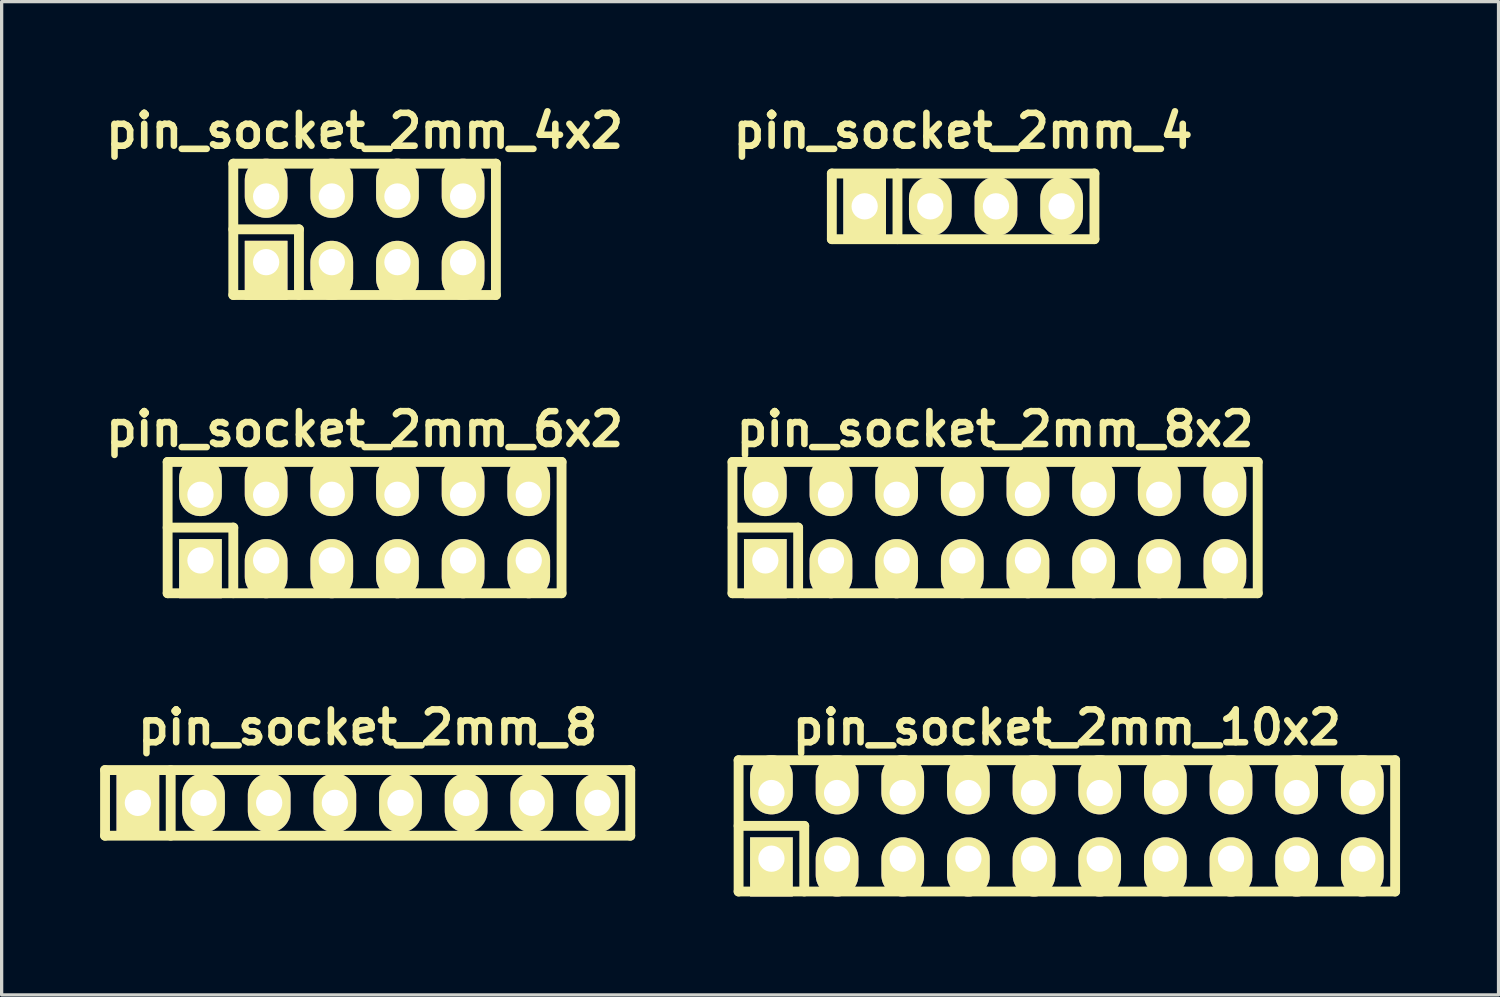
<source format=kicad_pcb>
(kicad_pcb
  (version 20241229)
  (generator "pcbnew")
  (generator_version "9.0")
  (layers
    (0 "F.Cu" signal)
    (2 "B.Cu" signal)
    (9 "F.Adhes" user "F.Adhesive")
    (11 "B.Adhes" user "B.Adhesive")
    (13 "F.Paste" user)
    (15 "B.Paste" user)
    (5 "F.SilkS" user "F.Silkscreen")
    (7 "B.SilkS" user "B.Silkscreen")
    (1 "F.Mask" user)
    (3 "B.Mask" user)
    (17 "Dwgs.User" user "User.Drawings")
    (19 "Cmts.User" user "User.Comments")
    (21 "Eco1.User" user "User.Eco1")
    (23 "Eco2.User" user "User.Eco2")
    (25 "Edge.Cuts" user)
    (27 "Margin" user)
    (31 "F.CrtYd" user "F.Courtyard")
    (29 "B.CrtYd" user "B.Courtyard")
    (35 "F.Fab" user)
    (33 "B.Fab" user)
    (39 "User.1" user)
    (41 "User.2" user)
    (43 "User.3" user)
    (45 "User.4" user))
  (footprint "pin_socket_2mm_4"
    (layer "F.Cu")
    (at 26.29 3.236)
    (property "Reference" "pin_socket_2mm_4" (at 0 -2.3 0) (layer "F.SilkS") (effects (font (size 1 1) (thickness 0.2))))
    (attr through_hole)
    (fp_line (start -4 -1) (end 4 -1) (stroke (width 0.3) (type solid)) (layer "F.SilkS"))
    (fp_line (start -4 1) (end -4 -1) (stroke (width 0.3) (type solid)) (layer "F.SilkS"))
    (fp_line (start -2 -1) (end -2 1) (stroke (width 0.3) (type solid)) (layer "F.SilkS"))
    (fp_line (start 4 -1) (end 4 1) (stroke (width 0.3) (type solid)) (layer "F.SilkS"))
    (fp_line (start 4 1) (end -4 1) (stroke (width 0.3) (type solid)) (layer "F.SilkS"))
    (pad "1" thru_hole rect (at -3 0) (size 1.3 1.8) (drill 0.8) (layers "*.Cu" "*.Mask" "F.SilkS"))
    (pad "2" thru_hole oval (at -1 0) (size 1.3 1.8) (drill 0.8) (layers "*.Cu" "*.Mask" "F.SilkS"))
    (pad "3" thru_hole oval (at 1 0) (size 1.3 1.8) (drill 0.8) (layers "*.Cu" "*.Mask" "F.SilkS"))
    (pad "4" thru_hole oval (at 3 0) (size 1.3 1.8) (drill 0.8) (layers "*.Cu" "*.Mask" "F.SilkS")))
  (footprint "pin_socket_2mm_6x2"
    (layer "F.Cu")
    (at 8.057 13.022)
    (property "Reference" "pin_socket_2mm_6x2" (at 0 -3 0) (layer "F.SilkS") (effects (font (size 1 1) (thickness 0.2))))
    (attr through_hole)
    (fp_line (start -6 -2) (end 6 -2) (stroke (width 0.3) (type solid)) (layer "F.SilkS"))
    (fp_line (start -6 0) (end -4 0) (stroke (width 0.3) (type solid)) (layer "F.SilkS"))
    (fp_line (start -6 2) (end -6 -2) (stroke (width 0.3) (type solid)) (layer "F.SilkS"))
    (fp_line (start -4 0) (end -4 2) (stroke (width 0.3) (type solid)) (layer "F.SilkS"))
    (fp_line (start 6 -2) (end 6 2) (stroke (width 0.3) (type solid)) (layer "F.SilkS"))
    (fp_line (start 6 2) (end -6 2) (stroke (width 0.3) (type solid)) (layer "F.SilkS"))
    (pad "1" thru_hole rect (at -5 1) (size 1.3 1.8) (drill 0.8 (offset 0 0.25)) (layers "*.Cu" "*.Mask" "F.SilkS"))
    (pad "2" thru_hole oval (at -5 -1) (size 1.3 1.8) (drill 0.8 (offset 0 -0.25)) (layers "*.Cu" "*.Mask" "F.SilkS"))
    (pad "3" thru_hole oval (at -3 1) (size 1.3 1.8) (drill 0.8 (offset 0 0.25)) (layers "*.Cu" "*.Mask" "F.SilkS"))
    (pad "4" thru_hole oval (at -3 -1) (size 1.3 1.8) (drill 0.8 (offset 0 -0.25)) (layers "*.Cu" "*.Mask" "F.SilkS"))
    (pad "5" thru_hole oval (at -1 1) (size 1.3 1.8) (drill 0.8 (offset 0 0.25)) (layers "*.Cu" "*.Mask" "F.SilkS"))
    (pad "6" thru_hole oval (at -1 -1) (size 1.3 1.8) (drill 0.8 (offset 0 -0.25)) (layers "*.Cu" "*.Mask" "F.SilkS"))
    (pad "7" thru_hole oval (at 1 1) (size 1.3 1.8) (drill 0.8 (offset 0 0.25)) (layers "*.Cu" "*.Mask" "F.SilkS"))
    (pad "8" thru_hole oval (at 1 -1) (size 1.3 1.8) (drill 0.8 (offset 0 -0.25)) (layers "*.Cu" "*.Mask" "F.SilkS"))
    (pad "9" thru_hole oval (at 3 1) (size 1.3 1.8) (drill 0.8 (offset 0 0.25)) (layers "*.Cu" "*.Mask" "F.SilkS"))
    (pad "10" thru_hole oval (at 3 -1) (size 1.3 1.8) (drill 0.8 (offset 0 -0.25)) (layers "*.Cu" "*.Mask" "F.SilkS"))
    (pad "11" thru_hole oval (at 5 1) (size 1.3 1.8) (drill 0.8 (offset 0 0.25)) (layers "*.Cu" "*.Mask" "F.SilkS"))
    (pad "12" thru_hole oval (at 5 -1) (size 1.3 1.8) (drill 0.8 (offset 0 -0.25)) (layers "*.Cu" "*.Mask" "F.SilkS")))
  (footprint "pin_socket_2mm_10x2"
    (layer "F.Cu")
    (at 29.45 22.108)
    (property "Reference" "pin_socket_2mm_10x2" (at 0 -3 0) (layer "F.SilkS") (effects (font (size 1 1) (thickness 0.2))))
    (attr through_hole)
    (fp_line (start -10 -2) (end 10 -2) (stroke (width 0.3) (type solid)) (layer "F.SilkS"))
    (fp_line (start -10 0) (end -8 0) (stroke (width 0.3) (type solid)) (layer "F.SilkS"))
    (fp_line (start -10 2) (end -10 -2) (stroke (width 0.3) (type solid)) (layer "F.SilkS"))
    (fp_line (start -8 0) (end -8 2) (stroke (width 0.3) (type solid)) (layer "F.SilkS"))
    (fp_line (start 10 -2) (end 10 2) (stroke (width 0.3) (type solid)) (layer "F.SilkS"))
    (fp_line (start 10 2) (end -10 2) (stroke (width 0.3) (type solid)) (layer "F.SilkS"))
    (pad "1" thru_hole rect (at -9 1) (size 1.3 1.8) (drill 0.8 (offset 0 0.25)) (layers "*.Cu" "*.Mask" "F.SilkS"))
    (pad "2" thru_hole oval (at -9 -1) (size 1.3 1.8) (drill 0.8 (offset 0 -0.25)) (layers "*.Cu" "*.Mask" "F.SilkS"))
    (pad "3" thru_hole oval (at -7 1) (size 1.3 1.8) (drill 0.8 (offset 0 0.25)) (layers "*.Cu" "*.Mask" "F.SilkS"))
    (pad "4" thru_hole oval (at -7 -1) (size 1.3 1.8) (drill 0.8 (offset 0 -0.25)) (layers "*.Cu" "*.Mask" "F.SilkS"))
    (pad "5" thru_hole oval (at -5 1) (size 1.3 1.8) (drill 0.8 (offset 0 0.25)) (layers "*.Cu" "*.Mask" "F.SilkS"))
    (pad "6" thru_hole oval (at -5 -1) (size 1.3 1.8) (drill 0.8 (offset 0 -0.25)) (layers "*.Cu" "*.Mask" "F.SilkS"))
    (pad "7" thru_hole oval (at -3 1) (size 1.3 1.8) (drill 0.8 (offset 0 0.25)) (layers "*.Cu" "*.Mask" "F.SilkS"))
    (pad "8" thru_hole oval (at -3 -1) (size 1.3 1.8) (drill 0.8 (offset 0 -0.25)) (layers "*.Cu" "*.Mask" "F.SilkS"))
    (pad "9" thru_hole oval (at -1 1) (size 1.3 1.8) (drill 0.8 (offset 0 0.25)) (layers "*.Cu" "*.Mask" "F.SilkS"))
    (pad "10" thru_hole oval (at -1 -1) (size 1.3 1.8) (drill 0.8 (offset 0 -0.25)) (layers "*.Cu" "*.Mask" "F.SilkS"))
    (pad "11" thru_hole oval (at 1 1) (size 1.3 1.8) (drill 0.8 (offset 0 0.25)) (layers "*.Cu" "*.Mask" "F.SilkS"))
    (pad "12" thru_hole oval (at 1 -1) (size 1.3 1.8) (drill 0.8 (offset 0 -0.25)) (layers "*.Cu" "*.Mask" "F.SilkS"))
    (pad "13" thru_hole oval (at 3 1) (size 1.3 1.8) (drill 0.8 (offset 0 0.25)) (layers "*.Cu" "*.Mask" "F.SilkS"))
    (pad "14" thru_hole oval (at 3 -1) (size 1.3 1.8) (drill 0.8 (offset 0 -0.25)) (layers "*.Cu" "*.Mask" "F.SilkS"))
    (pad "15" thru_hole oval (at 5 1) (size 1.3 1.8) (drill 0.8 (offset 0 0.25)) (layers "*.Cu" "*.Mask" "F.SilkS"))
    (pad "16" thru_hole oval (at 5 -1) (size 1.3 1.8) (drill 0.8 (offset 0 -0.25)) (layers "*.Cu" "*.Mask" "F.SilkS"))
    (pad "17" thru_hole oval (at 7 1) (size 1.3 1.8) (drill 0.8 (offset 0 0.25)) (layers "*.Cu" "*.Mask" "F.SilkS"))
    (pad "18" thru_hole oval (at 7 -1) (size 1.3 1.8) (drill 0.8 (offset 0 -0.25)) (layers "*.Cu" "*.Mask" "F.SilkS"))
    (pad "19" thru_hole oval (at 9 1) (size 1.3 1.8) (drill 0.8 (offset 0 0.25)) (layers "*.Cu" "*.Mask" "F.SilkS"))
    (pad "20" thru_hole oval (at 9 -1) (size 1.3 1.8) (drill 0.8 (offset 0 -0.25)) (layers "*.Cu" "*.Mask" "F.SilkS")))
  (footprint "pin_socket_2mm_4x2"
    (layer "F.Cu")
    (at 8.057 3.936)
    (property "Reference" "pin_socket_2mm_4x2" (at 0 -3 0) (layer "F.SilkS") (effects (font (size 1 1) (thickness 0.2))))
    (attr through_hole)
    (fp_line (start -4 -2) (end 4 -2) (stroke (width 0.3) (type solid)) (layer "F.SilkS"))
    (fp_line (start -4 0) (end -2 0) (stroke (width 0.3) (type solid)) (layer "F.SilkS"))
    (fp_line (start -4 2) (end -4 -2) (stroke (width 0.3) (type solid)) (layer "F.SilkS"))
    (fp_line (start -2 0) (end -2 2) (stroke (width 0.3) (type solid)) (layer "F.SilkS"))
    (fp_line (start 4 -2) (end 4 2) (stroke (width 0.3) (type solid)) (layer "F.SilkS"))
    (fp_line (start 4 2) (end -4 2) (stroke (width 0.3) (type solid)) (layer "F.SilkS"))
    (pad "1" thru_hole rect (at -3 1) (size 1.3 1.8) (drill 0.8 (offset 0 0.25)) (layers "*.Cu" "*.Mask" "F.SilkS"))
    (pad "2" thru_hole oval (at -3 -1) (size 1.3 1.8) (drill 0.8 (offset 0 -0.25)) (layers "*.Cu" "*.Mask" "F.SilkS"))
    (pad "3" thru_hole oval (at -1 1) (size 1.3 1.8) (drill 0.8 (offset 0 0.25)) (layers "*.Cu" "*.Mask" "F.SilkS"))
    (pad "4" thru_hole oval (at -1 -1) (size 1.3 1.8) (drill 0.8 (offset 0 -0.25)) (layers "*.Cu" "*.Mask" "F.SilkS"))
    (pad "5" thru_hole oval (at 1 1) (size 1.3 1.8) (drill 0.8 (offset 0 0.25)) (layers "*.Cu" "*.Mask" "F.SilkS"))
    (pad "6" thru_hole oval (at 1 -1) (size 1.3 1.8) (drill 0.8 (offset 0 -0.25)) (layers "*.Cu" "*.Mask" "F.SilkS"))
    (pad "7" thru_hole oval (at 3 1) (size 1.3 1.8) (drill 0.8 (offset 0 0.25)) (layers "*.Cu" "*.Mask" "F.SilkS"))
    (pad "8" thru_hole oval (at 3 -1) (size 1.3 1.8) (drill 0.8 (offset 0 -0.25)) (layers "*.Cu" "*.Mask" "F.SilkS")))
  (footprint "pin_socket_2mm_8"
    (layer "F.Cu")
    (at 8.15 21.408)
    (property "Reference" "pin_socket_2mm_8" (at 0 -2.3 0) (layer "F.SilkS") (effects (font (size 1 1) (thickness 0.2))))
    (attr through_hole)
    (fp_line (start -8 -1) (end 8 -1) (stroke (width 0.3) (type solid)) (layer "F.SilkS"))
    (fp_line (start -8 1) (end -8 -1) (stroke (width 0.3) (type solid)) (layer "F.SilkS"))
    (fp_line (start -6 -1) (end -6 1) (stroke (width 0.3) (type solid)) (layer "F.SilkS"))
    (fp_line (start 8 -1) (end 8 1) (stroke (width 0.3) (type solid)) (layer "F.SilkS"))
    (fp_line (start 8 1) (end -8 1) (stroke (width 0.3) (type solid)) (layer "F.SilkS"))
    (pad "1" thru_hole rect (at -7 0) (size 1.3 1.8) (drill 0.8) (layers "*.Cu" "*.Mask" "F.SilkS"))
    (pad "2" thru_hole oval (at -5 0) (size 1.3 1.8) (drill 0.8) (layers "*.Cu" "*.Mask" "F.SilkS"))
    (pad "3" thru_hole oval (at -3 0) (size 1.3 1.8) (drill 0.8) (layers "*.Cu" "*.Mask" "F.SilkS"))
    (pad "4" thru_hole oval (at -1 0) (size 1.3 1.8) (drill 0.8) (layers "*.Cu" "*.Mask" "F.SilkS"))
    (pad "5" thru_hole oval (at 1 0) (size 1.3 1.8) (drill 0.8) (layers "*.Cu" "*.Mask" "F.SilkS"))
    (pad "6" thru_hole oval (at 3 0) (size 1.3 1.8) (drill 0.8) (layers "*.Cu" "*.Mask" "F.SilkS"))
    (pad "7" thru_hole oval (at 5 0) (size 1.3 1.8) (drill 0.8) (layers "*.Cu" "*.Mask" "F.SilkS"))
    (pad "8" thru_hole oval (at 7 0) (size 1.3 1.8) (drill 0.8) (layers "*.Cu" "*.Mask" "F.SilkS")))
  (footprint "pin_socket_2mm_8x2"
    (layer "F.Cu")
    (at 27.264 13.022)
    (property "Reference" "pin_socket_2mm_8x2" (at 0 -3 0) (layer "F.SilkS") (effects (font (size 1 1) (thickness 0.2))))
    (attr through_hole)
    (fp_line (start -8 -2) (end 8 -2) (stroke (width 0.3) (type solid)) (layer "F.SilkS"))
    (fp_line (start -8 0) (end -6 0) (stroke (width 0.3) (type solid)) (layer "F.SilkS"))
    (fp_line (start -8 2) (end -8 -2) (stroke (width 0.3) (type solid)) (layer "F.SilkS"))
    (fp_line (start -6 0) (end -6 2) (stroke (width 0.3) (type solid)) (layer "F.SilkS"))
    (fp_line (start 8 -2) (end 8 2) (stroke (width 0.3) (type solid)) (layer "F.SilkS"))
    (fp_line (start 8 2) (end -8 2) (stroke (width 0.3) (type solid)) (layer "F.SilkS"))
    (pad "1" thru_hole rect (at -7 1) (size 1.3 1.8) (drill 0.8 (offset 0 0.25)) (layers "*.Cu" "*.Mask" "F.SilkS"))
    (pad "2" thru_hole oval (at -7 -1) (size 1.3 1.8) (drill 0.8 (offset 0 -0.25)) (layers "*.Cu" "*.Mask" "F.SilkS"))
    (pad "3" thru_hole oval (at -5 1) (size 1.3 1.8) (drill 0.8 (offset 0 0.25)) (layers "*.Cu" "*.Mask" "F.SilkS"))
    (pad "4" thru_hole oval (at -5 -1) (size 1.3 1.8) (drill 0.8 (offset 0 -0.25)) (layers "*.Cu" "*.Mask" "F.SilkS"))
    (pad "5" thru_hole oval (at -3 1) (size 1.3 1.8) (drill 0.8 (offset 0 0.25)) (layers "*.Cu" "*.Mask" "F.SilkS"))
    (pad "6" thru_hole oval (at -3 -1) (size 1.3 1.8) (drill 0.8 (offset 0 -0.25)) (layers "*.Cu" "*.Mask" "F.SilkS"))
    (pad "7" thru_hole oval (at -1 1) (size 1.3 1.8) (drill 0.8 (offset 0 0.25)) (layers "*.Cu" "*.Mask" "F.SilkS"))
    (pad "8" thru_hole oval (at -1 -1) (size 1.3 1.8) (drill 0.8 (offset 0 -0.25)) (layers "*.Cu" "*.Mask" "F.SilkS"))
    (pad "9" thru_hole oval (at 1 1) (size 1.3 1.8) (drill 0.8 (offset 0 0.25)) (layers "*.Cu" "*.Mask" "F.SilkS"))
    (pad "10" thru_hole oval (at 1 -1) (size 1.3 1.8) (drill 0.8 (offset 0 -0.25)) (layers "*.Cu" "*.Mask" "F.SilkS"))
    (pad "11" thru_hole oval (at 3 1) (size 1.3 1.8) (drill 0.8 (offset 0 0.25)) (layers "*.Cu" "*.Mask" "F.SilkS"))
    (pad "12" thru_hole oval (at 3 -1) (size 1.3 1.8) (drill 0.8 (offset 0 -0.25)) (layers "*.Cu" "*.Mask" "F.SilkS"))
    (pad "13" thru_hole oval (at 5 1) (size 1.3 1.8) (drill 0.8 (offset 0 0.25)) (layers "*.Cu" "*.Mask" "F.SilkS"))
    (pad "14" thru_hole oval (at 5 -1) (size 1.3 1.8) (drill 0.8 (offset 0 -0.25)) (layers "*.Cu" "*.Mask" "F.SilkS"))
    (pad "15" thru_hole oval (at 7 1) (size 1.3 1.8) (drill 0.8 (offset 0 0.25)) (layers "*.Cu" "*.Mask" "F.SilkS"))
    (pad "16" thru_hole oval (at 7 -1) (size 1.3 1.8) (drill 0.8 (offset 0 -0.25)) (layers "*.Cu" "*.Mask" "F.SilkS")))
  (gr_rect
    (start -3 -3)
    (end 42.6 27.258)
    (stroke (width 0.1) (type default))
    (fill no)
    (layer "Edge.Cuts")))
</source>
